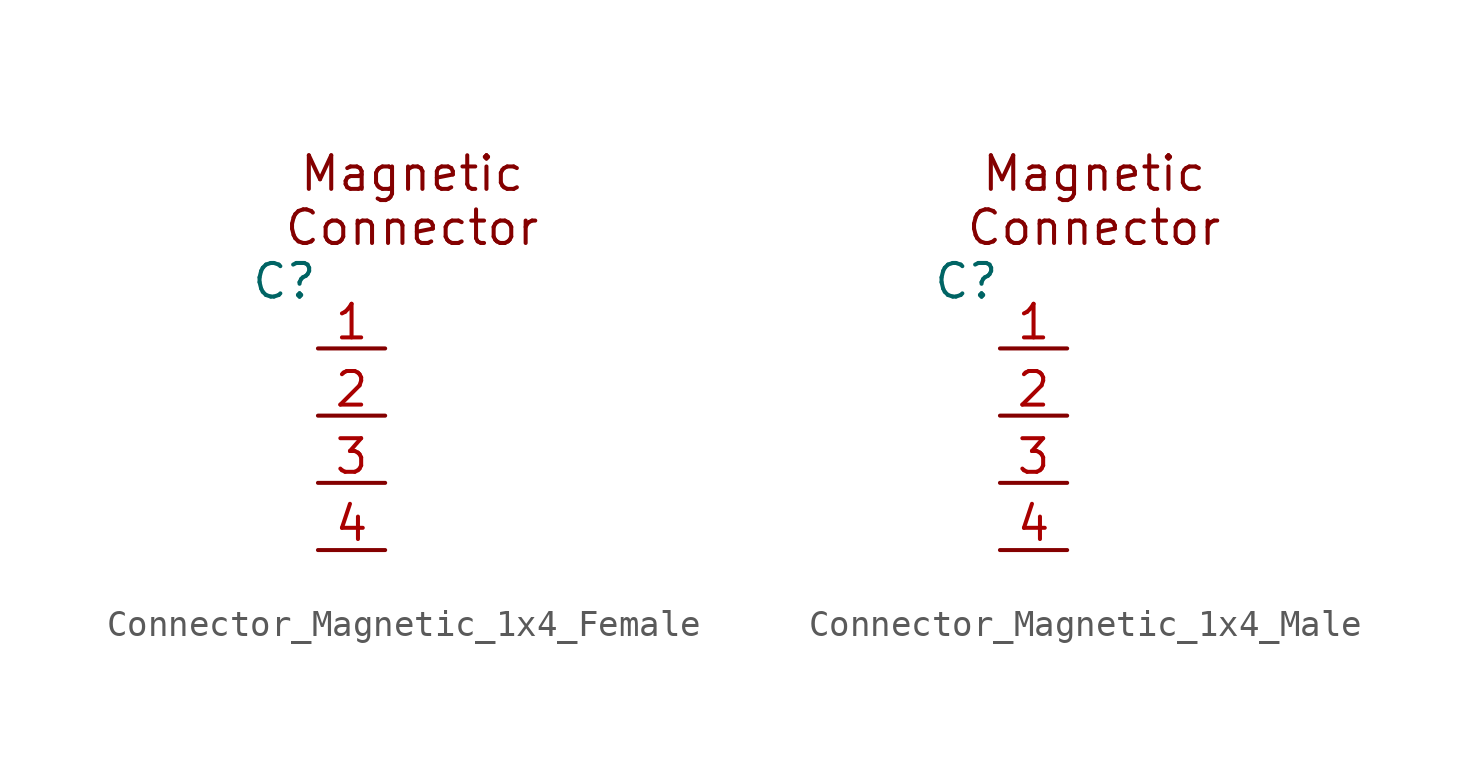
<source format=kicad_sym>
(kicad_symbol_lib
  (version 20241209)
  (generator "kicad_symbol_editor")
  (generator_version "9.0")
  (symbol "Connector_Magnetic_1x4_Female"
    (pin_names
      (offset 0))
    (property "Reference" "C"
      (at 0 0 0)
      (effects (font (size 1.27 1.27))))
    (property "Value" ""
      (at 0 0 0)
      (effects (font (size 1.27 1.27))))
    (symbol "Connector_Magnetic_1x4_Female_1_1"
      (text "Magnetic\nConnector" (at 4.826 3.048 0) (effects (font (size 1.27 1.27))))
      (pin bidirectional line (at 1.27 -2.54 0) (length 2.54) (name "" (effects (font (size 1.27 1.27)))) (number "1" (effects (font (size 1.27 1.27)))))
      (pin bidirectional line (at 1.27 -5.08 0) (length 2.54) (name "" (effects (font (size 1.27 1.27)))) (number "2" (effects (font (size 1.27 1.27)))))
      (pin bidirectional line (at 1.27 -7.62 0) (length 2.54) (name "" (effects (font (size 1.27 1.27)))) (number "3" (effects (font (size 1.27 1.27)))))
      (pin bidirectional line (at 1.27 -10.16 0) (length 2.54) (name "" (effects (font (size 1.27 1.27)))) (number "4" (effects (font (size 1.27 1.27)))))))
  (symbol "Connector_Magnetic_1x4_Male"
    (pin_names
      (offset 0))
    (property "Reference" "C"
      (at 0 0 0)
      (effects (font (size 1.27 1.27))))
    (property "Value" ""
      (at 0 0 0)
      (effects (font (size 1.27 1.27))))
    (symbol "Connector_Magnetic_1x4_Male_1_1"
      (text "Magnetic\nConnector" (at 4.826 3.048 0) (effects (font (size 1.27 1.27))))
      (pin bidirectional line (at 1.27 -2.54 0) (length 2.54) (name "" (effects (font (size 1.27 1.27)))) (number "1" (effects (font (size 1.27 1.27)))))
      (pin bidirectional line (at 1.27 -5.08 0) (length 2.54) (name "" (effects (font (size 1.27 1.27)))) (number "2" (effects (font (size 1.27 1.27)))))
      (pin bidirectional line (at 1.27 -7.62 0) (length 2.54) (name "" (effects (font (size 1.27 1.27)))) (number "3" (effects (font (size 1.27 1.27)))))
      (pin bidirectional line (at 1.27 -10.16 0) (length 2.54) (name "" (effects (font (size 1.27 1.27)))) (number "4" (effects (font (size 1.27 1.27))))))))
</source>
